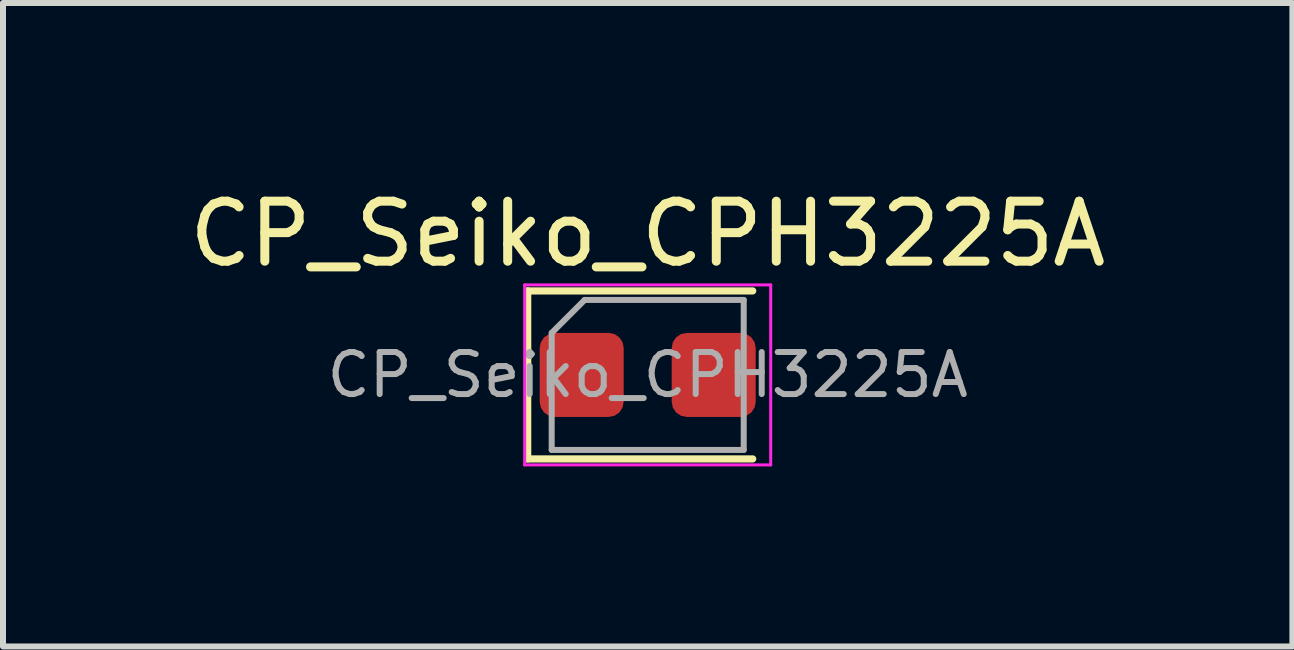
<source format=kicad_pcb>
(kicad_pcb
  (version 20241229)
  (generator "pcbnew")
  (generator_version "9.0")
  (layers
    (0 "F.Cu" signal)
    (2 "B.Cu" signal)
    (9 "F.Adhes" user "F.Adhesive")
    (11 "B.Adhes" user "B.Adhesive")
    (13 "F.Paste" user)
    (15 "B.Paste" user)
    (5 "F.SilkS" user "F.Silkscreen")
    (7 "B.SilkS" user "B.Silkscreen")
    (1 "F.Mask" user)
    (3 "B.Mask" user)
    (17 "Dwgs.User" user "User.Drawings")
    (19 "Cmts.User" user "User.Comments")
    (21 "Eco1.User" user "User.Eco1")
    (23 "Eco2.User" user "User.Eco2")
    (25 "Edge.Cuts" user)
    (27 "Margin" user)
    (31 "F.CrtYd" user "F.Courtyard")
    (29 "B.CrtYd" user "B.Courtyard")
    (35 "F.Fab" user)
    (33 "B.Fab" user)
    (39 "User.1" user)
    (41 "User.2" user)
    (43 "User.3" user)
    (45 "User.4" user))
  (footprint "CP_Seiko_CPH3225A"
    (layer "F.Cu")
    (at 7.744 3.198)
    (property "Reference" "CP_Seiko_CPH3225A" (at 0 -2.35 0) (layer "F.SilkS") (effects (font (size 1 1) (thickness 0.15))))
    (attr smd)
    (fp_line (start -2 -1.4) (end -2 1.4) (stroke (width 0.12) (type solid)) (layer "F.SilkS"))
    (fp_line (start -2 1.4) (end 1.75 1.4) (stroke (width 0.12) (type solid)) (layer "F.SilkS"))
    (fp_line (start 1.75 -1.4) (end -2 -1.4) (stroke (width 0.12) (type solid)) (layer "F.SilkS"))
    (fp_line (start -2.05 -1.5) (end 2.05 -1.5) (stroke (width 0.05) (type solid)) (layer "F.CrtYd"))
    (fp_line (start -2.05 1.5) (end -2.05 -1.5) (stroke (width 0.05) (type solid)) (layer "F.CrtYd"))
    (fp_line (start 2.05 -1.5) (end 2.05 1.5) (stroke (width 0.05) (type solid)) (layer "F.CrtYd"))
    (fp_line (start 2.05 1.5) (end -2.05 1.5) (stroke (width 0.05) (type solid)) (layer "F.CrtYd"))
    (fp_line (start -1.6 -0.7) (end -1.6 1.25) (stroke (width 0.1) (type solid)) (layer "F.Fab"))
    (fp_line (start -1.6 1.25) (end 1.6 1.25) (stroke (width 0.1) (type solid)) (layer "F.Fab"))
    (fp_line (start -1.05 -1.25) (end -1.6 -0.7) (stroke (width 0.1) (type solid)) (layer "F.Fab"))
    (fp_line (start 1.6 -1.25) (end -1.05 -1.25) (stroke (width 0.1) (type solid)) (layer "F.Fab"))
    (fp_line (start 1.6 1.25) (end 1.6 -1.25) (stroke (width 0.1) (type solid)) (layer "F.Fab"))
    (fp_text user "${REFERENCE}" (at 0 0 0) (layer "F.Fab") (effects (font (size 0.7 0.7) (thickness 0.1))))
    (pad "1" smd roundrect (at -1.1 0) (size 1.4 1.4) (layers "F.Cu" "F.Mask" "F.Paste") (roundrect_rratio 0.179))
    (pad "2" smd roundrect (at 1.1 0) (size 1.4 1.4) (layers "F.Cu" "F.Mask" "F.Paste") (roundrect_rratio 0.179)))
  (gr_rect
    (start -3 -3)
    (end 18.488 7.723)
    (stroke (width 0.1) (type default))
    (fill no)
    (layer "Edge.Cuts")))
</source>
